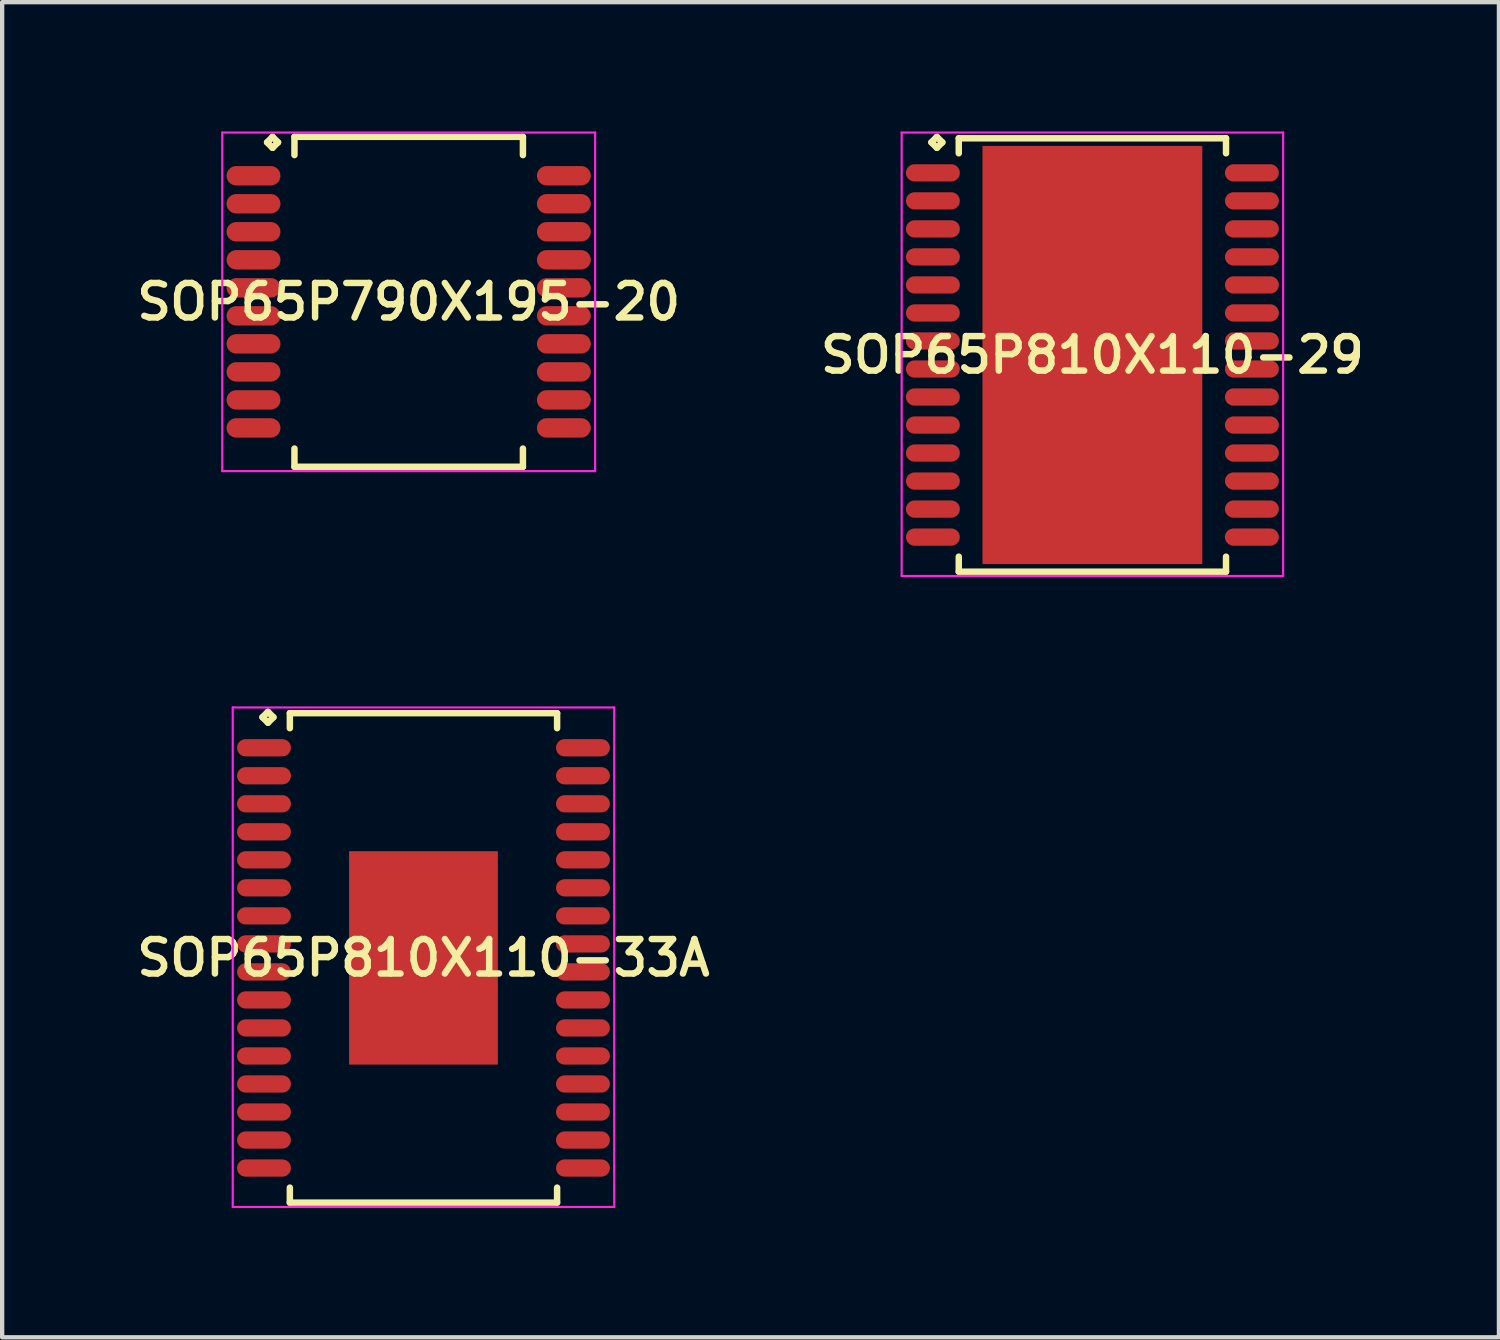
<source format=kicad_pcb>
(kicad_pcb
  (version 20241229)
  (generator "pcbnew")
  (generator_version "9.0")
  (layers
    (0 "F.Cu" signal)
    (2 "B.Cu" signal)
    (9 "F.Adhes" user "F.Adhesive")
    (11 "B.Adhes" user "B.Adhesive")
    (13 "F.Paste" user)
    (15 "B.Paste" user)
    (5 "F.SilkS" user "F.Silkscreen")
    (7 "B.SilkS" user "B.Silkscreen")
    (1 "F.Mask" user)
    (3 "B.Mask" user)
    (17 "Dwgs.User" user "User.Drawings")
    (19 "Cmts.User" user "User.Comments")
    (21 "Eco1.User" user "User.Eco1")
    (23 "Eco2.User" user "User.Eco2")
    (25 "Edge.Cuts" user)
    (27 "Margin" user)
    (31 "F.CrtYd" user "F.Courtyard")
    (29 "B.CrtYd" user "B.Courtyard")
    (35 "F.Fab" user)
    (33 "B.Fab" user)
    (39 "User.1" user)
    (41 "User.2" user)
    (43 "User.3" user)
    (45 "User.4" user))
  (footprint "SOP65P790X195-20"
    (layer "F.Cu")
    (at 6.431 3.952)
    (property "Reference" "SOP65P790X195-20" (at 0 0 0) (layer "F.SilkS") (effects (font (size 0.8 0.8) (thickness 0.15))))
    (attr smd)
    (fp_line (start -3.285 -3.7) (end -3.158 -3.827) (stroke (width 0.15) (type solid)) (layer "F.SilkS"))
    (fp_line (start -3.158 -3.827) (end -3.031 -3.7) (stroke (width 0.15) (type solid)) (layer "F.SilkS"))
    (fp_line (start -3.158 -3.573) (end -3.285 -3.7) (stroke (width 0.15) (type solid)) (layer "F.SilkS"))
    (fp_line (start -3.031 -3.7) (end -3.158 -3.573) (stroke (width 0.15) (type solid)) (layer "F.SilkS"))
    (fp_line (start -2.65 -3.827) (end 2.65 -3.827) (stroke (width 0.15) (type solid)) (layer "F.SilkS"))
    (fp_line (start -2.65 -3.404) (end -2.65 -3.827) (stroke (width 0.15) (type solid)) (layer "F.SilkS"))
    (fp_line (start -2.65 3.404) (end -2.65 3.827) (stroke (width 0.15) (type solid)) (layer "F.SilkS"))
    (fp_line (start -2.65 3.827) (end 2.65 3.827) (stroke (width 0.15) (type solid)) (layer "F.SilkS"))
    (fp_line (start 2.65 -3.827) (end 2.65 -3.404) (stroke (width 0.15) (type solid)) (layer "F.SilkS"))
    (fp_line (start 2.65 3.827) (end 2.65 3.404) (stroke (width 0.15) (type solid)) (layer "F.SilkS"))
    (fp_line (start -4.325 -3.927) (end 4.325 -3.927) (stroke (width 0.05) (type solid)) (layer "F.CrtYd"))
    (fp_line (start -4.325 3.927) (end -4.325 -3.927) (stroke (width 0.05) (type solid)) (layer "F.CrtYd"))
    (fp_line (start 4.325 -3.927) (end 4.325 3.927) (stroke (width 0.05) (type solid)) (layer "F.CrtYd"))
    (fp_line (start 4.325 3.927) (end -4.325 3.927) (stroke (width 0.05) (type solid)) (layer "F.CrtYd"))
    (pad "1" smd oval (at -3.6 -2.925) (size 1.25 0.45) (layers "F.Cu" "F.Mask" "F.Paste"))
    (pad "2" smd oval (at -3.6 -2.275) (size 1.25 0.45) (layers "F.Cu" "F.Mask" "F.Paste"))
    (pad "3" smd oval (at -3.6 -1.625) (size 1.25 0.45) (layers "F.Cu" "F.Mask" "F.Paste"))
    (pad "4" smd oval (at -3.6 -0.975) (size 1.25 0.45) (layers "F.Cu" "F.Mask" "F.Paste"))
    (pad "5" smd oval (at -3.6 -0.325) (size 1.25 0.45) (layers "F.Cu" "F.Mask" "F.Paste"))
    (pad "6" smd oval (at -3.6 0.325) (size 1.25 0.45) (layers "F.Cu" "F.Mask" "F.Paste"))
    (pad "7" smd oval (at -3.6 0.975) (size 1.25 0.45) (layers "F.Cu" "F.Mask" "F.Paste"))
    (pad "8" smd oval (at -3.6 1.625) (size 1.25 0.45) (layers "F.Cu" "F.Mask" "F.Paste"))
    (pad "9" smd oval (at -3.6 2.275) (size 1.25 0.45) (layers "F.Cu" "F.Mask" "F.Paste"))
    (pad "10" smd oval (at -3.6 2.925) (size 1.25 0.45) (layers "F.Cu" "F.Mask" "F.Paste"))
    (pad "11" smd oval (at 3.6 2.925) (size 1.25 0.45) (layers "F.Cu" "F.Mask" "F.Paste"))
    (pad "12" smd oval (at 3.6 2.275) (size 1.25 0.45) (layers "F.Cu" "F.Mask" "F.Paste"))
    (pad "13" smd oval (at 3.6 1.625) (size 1.25 0.45) (layers "F.Cu" "F.Mask" "F.Paste"))
    (pad "14" smd oval (at 3.6 0.975) (size 1.25 0.45) (layers "F.Cu" "F.Mask" "F.Paste"))
    (pad "15" smd oval (at 3.6 0.325) (size 1.25 0.45) (layers "F.Cu" "F.Mask" "F.Paste"))
    (pad "16" smd oval (at 3.6 -0.325) (size 1.25 0.45) (layers "F.Cu" "F.Mask" "F.Paste"))
    (pad "17" smd oval (at 3.6 -0.975) (size 1.25 0.45) (layers "F.Cu" "F.Mask" "F.Paste"))
    (pad "18" smd oval (at 3.6 -1.625) (size 1.25 0.45) (layers "F.Cu" "F.Mask" "F.Paste"))
    (pad "19" smd oval (at 3.6 -2.275) (size 1.25 0.45) (layers "F.Cu" "F.Mask" "F.Paste"))
    (pad "20" smd oval (at 3.6 -2.925) (size 1.25 0.45) (layers "F.Cu" "F.Mask" "F.Paste")))
  (footprint "SOP65P810X110-33A"
    (layer "F.Cu")
    (at 6.774 19.172)
    (property "Reference" "SOP65P810X110-33A" (at 0 0 0) (layer "F.SilkS") (effects (font (size 0.8 0.8) (thickness 0.15))))
    (attr smd)
    (fp_line (start -3.735 -5.583) (end -3.608 -5.71) (stroke (width 0.15) (type solid)) (layer "F.SilkS"))
    (fp_line (start -3.608 -5.71) (end -3.481 -5.583) (stroke (width 0.15) (type solid)) (layer "F.SilkS"))
    (fp_line (start -3.608 -5.456) (end -3.735 -5.583) (stroke (width 0.15) (type solid)) (layer "F.SilkS"))
    (fp_line (start -3.481 -5.583) (end -3.608 -5.456) (stroke (width 0.15) (type solid)) (layer "F.SilkS"))
    (fp_line (start -3.1 -5.677) (end 3.1 -5.677) (stroke (width 0.15) (type solid)) (layer "F.SilkS"))
    (fp_line (start -3.1 -5.329) (end -3.1 -5.677) (stroke (width 0.15) (type solid)) (layer "F.SilkS"))
    (fp_line (start -3.1 5.329) (end -3.1 5.677) (stroke (width 0.15) (type solid)) (layer "F.SilkS"))
    (fp_line (start -3.1 5.677) (end 3.1 5.677) (stroke (width 0.15) (type solid)) (layer "F.SilkS"))
    (fp_line (start 3.1 -5.677) (end 3.1 -5.329) (stroke (width 0.15) (type solid)) (layer "F.SilkS"))
    (fp_line (start 3.1 5.677) (end 3.1 5.329) (stroke (width 0.15) (type solid)) (layer "F.SilkS"))
    (fp_line (start -4.425 -5.81) (end 4.425 -5.81) (stroke (width 0.05) (type solid)) (layer "F.CrtYd"))
    (fp_line (start -4.425 5.777) (end -4.425 -5.81) (stroke (width 0.05) (type solid)) (layer "F.CrtYd"))
    (fp_line (start 4.425 -5.81) (end 4.425 5.777) (stroke (width 0.05) (type solid)) (layer "F.CrtYd"))
    (fp_line (start 4.425 5.777) (end -4.425 5.777) (stroke (width 0.05) (type solid)) (layer "F.CrtYd"))
    (pad "1" smd oval (at -3.7 -4.875) (size 1.25 0.4) (layers "F.Cu" "F.Mask" "F.Paste"))
    (pad "2" smd oval (at -3.7 -4.225) (size 1.25 0.4) (layers "F.Cu" "F.Mask" "F.Paste"))
    (pad "3" smd oval (at -3.7 -3.575) (size 1.25 0.4) (layers "F.Cu" "F.Mask" "F.Paste"))
    (pad "4" smd oval (at -3.7 -2.925) (size 1.25 0.4) (layers "F.Cu" "F.Mask" "F.Paste"))
    (pad "5" smd oval (at -3.7 -2.275) (size 1.25 0.4) (layers "F.Cu" "F.Mask" "F.Paste"))
    (pad "6" smd oval (at -3.7 -1.625) (size 1.25 0.4) (layers "F.Cu" "F.Mask" "F.Paste"))
    (pad "7" smd oval (at -3.7 -0.975) (size 1.25 0.4) (layers "F.Cu" "F.Mask" "F.Paste"))
    (pad "8" smd oval (at -3.7 -0.325) (size 1.25 0.4) (layers "F.Cu" "F.Mask" "F.Paste"))
    (pad "9" smd oval (at -3.7 0.325) (size 1.25 0.4) (layers "F.Cu" "F.Mask" "F.Paste"))
    (pad "10" smd oval (at -3.7 0.975) (size 1.25 0.4) (layers "F.Cu" "F.Mask" "F.Paste"))
    (pad "11" smd oval (at -3.7 1.625) (size 1.25 0.4) (layers "F.Cu" "F.Mask" "F.Paste"))
    (pad "12" smd oval (at -3.7 2.275) (size 1.25 0.4) (layers "F.Cu" "F.Mask" "F.Paste"))
    (pad "13" smd oval (at -3.7 2.925) (size 1.25 0.4) (layers "F.Cu" "F.Mask" "F.Paste"))
    (pad "14" smd oval (at -3.7 3.575) (size 1.25 0.4) (layers "F.Cu" "F.Mask" "F.Paste"))
    (pad "15" smd oval (at -3.7 4.225) (size 1.25 0.4) (layers "F.Cu" "F.Mask" "F.Paste"))
    (pad "16" smd oval (at -3.7 4.875) (size 1.25 0.4) (layers "F.Cu" "F.Mask" "F.Paste"))
    (pad "17" smd oval (at 3.7 4.875) (size 1.25 0.4) (layers "F.Cu" "F.Mask" "F.Paste"))
    (pad "18" smd oval (at 3.7 4.225) (size 1.25 0.4) (layers "F.Cu" "F.Mask" "F.Paste"))
    (pad "19" smd oval (at 3.7 3.575) (size 1.25 0.4) (layers "F.Cu" "F.Mask" "F.Paste"))
    (pad "20" smd oval (at 3.7 2.925) (size 1.25 0.4) (layers "F.Cu" "F.Mask" "F.Paste"))
    (pad "21" smd oval (at 3.7 2.275) (size 1.25 0.4) (layers "F.Cu" "F.Mask" "F.Paste"))
    (pad "22" smd oval (at 3.7 1.625) (size 1.25 0.4) (layers "F.Cu" "F.Mask" "F.Paste"))
    (pad "23" smd oval (at 3.7 0.975) (size 1.25 0.4) (layers "F.Cu" "F.Mask" "F.Paste"))
    (pad "24" smd oval (at 3.7 0.325) (size 1.25 0.4) (layers "F.Cu" "F.Mask" "F.Paste"))
    (pad "25" smd oval (at 3.7 -0.325) (size 1.25 0.4) (layers "F.Cu" "F.Mask" "F.Paste"))
    (pad "26" smd oval (at 3.7 -0.975) (size 1.25 0.4) (layers "F.Cu" "F.Mask" "F.Paste"))
    (pad "27" smd oval (at 3.7 -1.625) (size 1.25 0.4) (layers "F.Cu" "F.Mask" "F.Paste"))
    (pad "28" smd oval (at 3.7 -2.275) (size 1.25 0.4) (layers "F.Cu" "F.Mask" "F.Paste"))
    (pad "29" smd oval (at 3.7 -2.925) (size 1.25 0.4) (layers "F.Cu" "F.Mask" "F.Paste"))
    (pad "30" smd oval (at 3.7 -3.575) (size 1.25 0.4) (layers "F.Cu" "F.Mask" "F.Paste"))
    (pad "31" smd oval (at 3.7 -4.225) (size 1.25 0.4) (layers "F.Cu" "F.Mask" "F.Paste"))
    (pad "32" smd oval (at 3.7 -4.875) (size 1.25 0.4) (layers "F.Cu" "F.Mask" "F.Paste"))
    (pad "33" smd rect (at 0 0) (size 3.45 4.95) (layers "F.Cu" "F.Mask" "F.Paste")))
  (footprint "SOP65P810X110-29"
    (layer "F.Cu")
    (at 22.292 5.185)
    (property "Reference" "SOP65P810X110-29" (at 0 0 0) (layer "F.SilkS") (effects (font (size 0.8 0.8) (thickness 0.15))))
    (attr smd)
    (fp_line (start -3.735 -4.933) (end -3.608 -5.06) (stroke (width 0.15) (type solid)) (layer "F.SilkS"))
    (fp_line (start -3.608 -5.06) (end -3.481 -4.933) (stroke (width 0.15) (type solid)) (layer "F.SilkS"))
    (fp_line (start -3.608 -4.806) (end -3.735 -4.933) (stroke (width 0.15) (type solid)) (layer "F.SilkS"))
    (fp_line (start -3.481 -4.933) (end -3.608 -4.806) (stroke (width 0.15) (type solid)) (layer "F.SilkS"))
    (fp_line (start -3.1 -5.027) (end 3.1 -5.027) (stroke (width 0.15) (type solid)) (layer "F.SilkS"))
    (fp_line (start -3.1 -4.679) (end -3.1 -5.027) (stroke (width 0.15) (type solid)) (layer "F.SilkS"))
    (fp_line (start -3.1 4.679) (end -3.1 5.027) (stroke (width 0.15) (type solid)) (layer "F.SilkS"))
    (fp_line (start -3.1 5.027) (end 3.1 5.027) (stroke (width 0.15) (type solid)) (layer "F.SilkS"))
    (fp_line (start 3.1 -5.027) (end 3.1 -4.679) (stroke (width 0.15) (type solid)) (layer "F.SilkS"))
    (fp_line (start 3.1 5.027) (end 3.1 4.679) (stroke (width 0.15) (type solid)) (layer "F.SilkS"))
    (fp_line (start -4.425 -5.16) (end 4.425 -5.16) (stroke (width 0.05) (type solid)) (layer "F.CrtYd"))
    (fp_line (start -4.425 5.127) (end -4.425 -5.16) (stroke (width 0.05) (type solid)) (layer "F.CrtYd"))
    (fp_line (start 4.425 -5.16) (end 4.425 5.127) (stroke (width 0.05) (type solid)) (layer "F.CrtYd"))
    (fp_line (start 4.425 5.127) (end -4.425 5.127) (stroke (width 0.05) (type solid)) (layer "F.CrtYd"))
    (pad "1" smd oval (at -3.7 -4.225) (size 1.25 0.4) (layers "F.Cu" "F.Mask" "F.Paste"))
    (pad "2" smd oval (at -3.7 -3.575) (size 1.25 0.4) (layers "F.Cu" "F.Mask" "F.Paste"))
    (pad "3" smd oval (at -3.7 -2.925) (size 1.25 0.4) (layers "F.Cu" "F.Mask" "F.Paste"))
    (pad "4" smd oval (at -3.7 -2.275) (size 1.25 0.4) (layers "F.Cu" "F.Mask" "F.Paste"))
    (pad "5" smd oval (at -3.7 -1.625) (size 1.25 0.4) (layers "F.Cu" "F.Mask" "F.Paste"))
    (pad "6" smd oval (at -3.7 -0.975) (size 1.25 0.4) (layers "F.Cu" "F.Mask" "F.Paste"))
    (pad "7" smd oval (at -3.7 -0.325) (size 1.25 0.4) (layers "F.Cu" "F.Mask" "F.Paste"))
    (pad "8" smd oval (at -3.7 0.325) (size 1.25 0.4) (layers "F.Cu" "F.Mask" "F.Paste"))
    (pad "9" smd oval (at -3.7 0.975) (size 1.25 0.4) (layers "F.Cu" "F.Mask" "F.Paste"))
    (pad "10" smd oval (at -3.7 1.625) (size 1.25 0.4) (layers "F.Cu" "F.Mask" "F.Paste"))
    (pad "11" smd oval (at -3.7 2.275) (size 1.25 0.4) (layers "F.Cu" "F.Mask" "F.Paste"))
    (pad "12" smd oval (at -3.7 2.925) (size 1.25 0.4) (layers "F.Cu" "F.Mask" "F.Paste"))
    (pad "13" smd oval (at -3.7 3.575) (size 1.25 0.4) (layers "F.Cu" "F.Mask" "F.Paste"))
    (pad "14" smd oval (at -3.7 4.225) (size 1.25 0.4) (layers "F.Cu" "F.Mask" "F.Paste"))
    (pad "15" smd oval (at 3.7 4.225) (size 1.25 0.4) (layers "F.Cu" "F.Mask" "F.Paste"))
    (pad "16" smd oval (at 3.7 3.575) (size 1.25 0.4) (layers "F.Cu" "F.Mask" "F.Paste"))
    (pad "17" smd oval (at 3.7 2.925) (size 1.25 0.4) (layers "F.Cu" "F.Mask" "F.Paste"))
    (pad "18" smd oval (at 3.7 2.275) (size 1.25 0.4) (layers "F.Cu" "F.Mask" "F.Paste"))
    (pad "19" smd oval (at 3.7 1.625) (size 1.25 0.4) (layers "F.Cu" "F.Mask" "F.Paste"))
    (pad "20" smd oval (at 3.7 0.975) (size 1.25 0.4) (layers "F.Cu" "F.Mask" "F.Paste"))
    (pad "21" smd oval (at 3.7 0.325) (size 1.25 0.4) (layers "F.Cu" "F.Mask" "F.Paste"))
    (pad "22" smd oval (at 3.7 -0.325) (size 1.25 0.4) (layers "F.Cu" "F.Mask" "F.Paste"))
    (pad "23" smd oval (at 3.7 -0.975) (size 1.25 0.4) (layers "F.Cu" "F.Mask" "F.Paste"))
    (pad "24" smd oval (at 3.7 -1.625) (size 1.25 0.4) (layers "F.Cu" "F.Mask" "F.Paste"))
    (pad "25" smd oval (at 3.7 -2.275) (size 1.25 0.4) (layers "F.Cu" "F.Mask" "F.Paste"))
    (pad "26" smd oval (at 3.7 -2.925) (size 1.25 0.4) (layers "F.Cu" "F.Mask" "F.Paste"))
    (pad "27" smd oval (at 3.7 -3.575) (size 1.25 0.4) (layers "F.Cu" "F.Mask" "F.Paste"))
    (pad "28" smd oval (at 3.7 -4.225) (size 1.25 0.4) (layers "F.Cu" "F.Mask" "F.Paste"))
    (pad "29" smd rect (at 0 0) (size 5.1 9.7) (layers "F.Cu" "F.Mask" "F.Paste")))
  (gr_rect
    (start -3 -3)
    (end 31.723 27.974)
    (stroke (width 0.1) (type default))
    (fill no)
    (layer "Edge.Cuts")))
</source>
